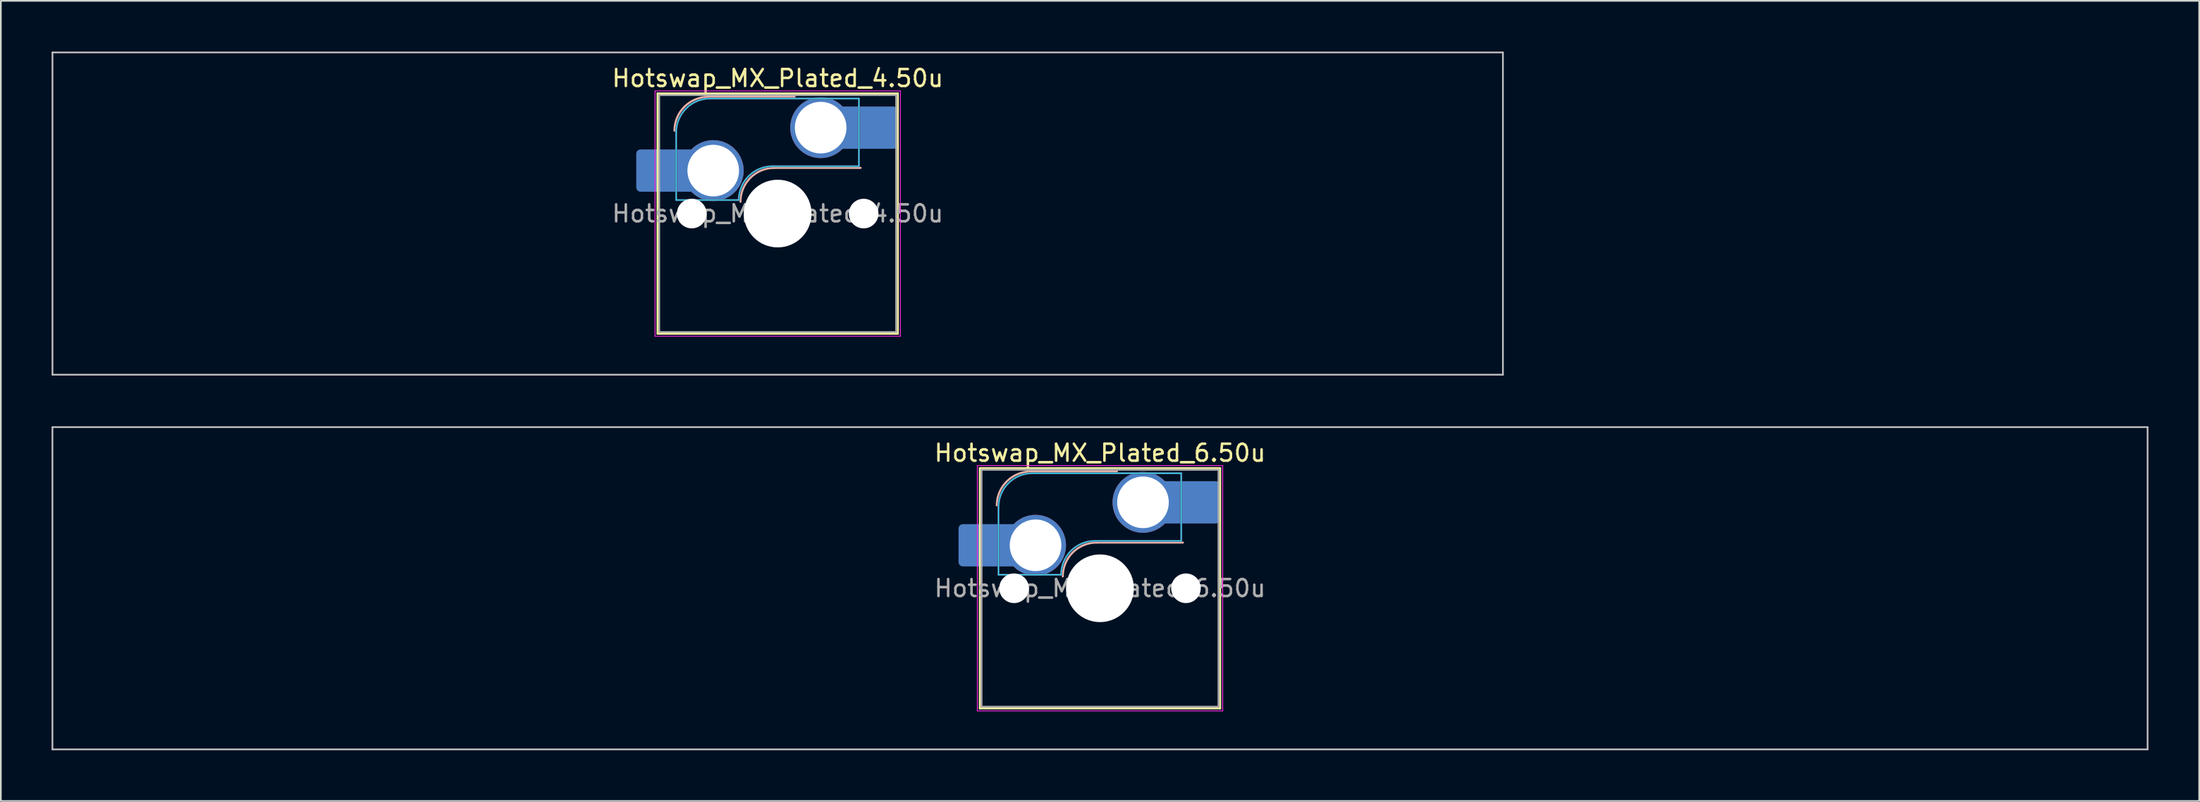
<source format=kicad_pcb>
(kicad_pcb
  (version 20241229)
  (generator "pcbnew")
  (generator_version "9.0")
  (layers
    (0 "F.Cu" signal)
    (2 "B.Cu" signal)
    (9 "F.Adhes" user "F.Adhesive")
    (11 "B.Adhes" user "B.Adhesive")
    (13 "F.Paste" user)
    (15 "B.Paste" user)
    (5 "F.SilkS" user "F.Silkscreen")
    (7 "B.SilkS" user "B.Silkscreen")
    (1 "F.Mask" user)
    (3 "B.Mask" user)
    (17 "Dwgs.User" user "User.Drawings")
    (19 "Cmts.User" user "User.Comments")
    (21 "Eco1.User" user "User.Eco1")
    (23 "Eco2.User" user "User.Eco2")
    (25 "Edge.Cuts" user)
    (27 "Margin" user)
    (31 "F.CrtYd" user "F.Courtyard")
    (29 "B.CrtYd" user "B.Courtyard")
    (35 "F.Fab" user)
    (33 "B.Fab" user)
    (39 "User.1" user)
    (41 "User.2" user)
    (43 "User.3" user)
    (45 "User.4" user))
  (footprint "Hotswap_MX_Plated_4.50u"
    (layer "F.Cu")
    (at 42.913 9.575)
    (property "Reference" "Hotswap_MX_Plated_4.50u" (at 0 -8 0) (layer "F.SilkS") (effects (font (size 1 1) (thickness 0.15))))
    (attr smd allow_soldermask_bridges)
    (fp_line (start -7.1 -7.1) (end -7.1 7.1) (stroke (width 0.12) (type solid)) (layer "F.SilkS"))
    (fp_line (start -7.1 7.1) (end 7.1 7.1) (stroke (width 0.12) (type solid)) (layer "F.SilkS"))
    (fp_line (start 7.1 -7.1) (end -7.1 -7.1) (stroke (width 0.12) (type solid)) (layer "F.SilkS"))
    (fp_line (start 7.1 7.1) (end 7.1 -7.1) (stroke (width 0.12) (type solid)) (layer "F.SilkS"))
    (fp_line (start -4.1 -6.9) (end 1 -6.9) (stroke (width 0.12) (type solid)) (layer "B.SilkS"))
    (fp_line (start -0.2 -2.7) (end 4.9 -2.7) (stroke (width 0.12) (type solid)) (layer "B.SilkS"))
    (fp_arc (start -6.1 -4.9) (mid -5.514214 -6.314214) (end -4.1 -6.9) (stroke (width 0.12) (type solid)) (layer "B.SilkS"))
    (fp_arc (start -2.2 -0.7) (mid -1.614214 -2.114214) (end -0.2 -2.7) (stroke (width 0.12) (type solid)) (layer "B.SilkS"))
    (fp_line (start -42.862 -9.525) (end -42.862 9.525) (stroke (width 0.1) (type solid)) (layer "Dwgs.User"))
    (fp_line (start -42.862 9.525) (end 42.862 9.525) (stroke (width 0.1) (type solid)) (layer "Dwgs.User"))
    (fp_line (start 42.862 -9.525) (end -42.862 -9.525) (stroke (width 0.1) (type solid)) (layer "Dwgs.User"))
    (fp_line (start 42.862 9.525) (end 42.862 -9.525) (stroke (width 0.1) (type solid)) (layer "Dwgs.User"))
    (fp_line (start -7.8 -6) (end -7 -6) (stroke (width 0.1) (type solid)) (layer "Eco1.User"))
    (fp_line (start -7.8 -2.9) (end -7.8 -6) (stroke (width 0.1) (type solid)) (layer "Eco1.User"))
    (fp_line (start -7.8 2.9) (end -7 2.9) (stroke (width 0.1) (type solid)) (layer "Eco1.User"))
    (fp_line (start -7.8 6) (end -7.8 2.9) (stroke (width 0.1) (type solid)) (layer "Eco1.User"))
    (fp_line (start -7 -7) (end 7 -7) (stroke (width 0.1) (type solid)) (layer "Eco1.User"))
    (fp_line (start -7 -6) (end -7 -7) (stroke (width 0.1) (type solid)) (layer "Eco1.User"))
    (fp_line (start -7 -2.9) (end -7.8 -2.9) (stroke (width 0.1) (type solid)) (layer "Eco1.User"))
    (fp_line (start -7 2.9) (end -7 -2.9) (stroke (width 0.1) (type solid)) (layer "Eco1.User"))
    (fp_line (start -7 6) (end -7.8 6) (stroke (width 0.1) (type solid)) (layer "Eco1.User"))
    (fp_line (start -7 7) (end -7 6) (stroke (width 0.1) (type solid)) (layer "Eco1.User"))
    (fp_line (start 7 -7) (end 7 -6) (stroke (width 0.1) (type solid)) (layer "Eco1.User"))
    (fp_line (start 7 -6) (end 7.8 -6) (stroke (width 0.1) (type solid)) (layer "Eco1.User"))
    (fp_line (start 7 -2.9) (end 7 2.9) (stroke (width 0.1) (type solid)) (layer "Eco1.User"))
    (fp_line (start 7 2.9) (end 7.8 2.9) (stroke (width 0.1) (type solid)) (layer "Eco1.User"))
    (fp_line (start 7 6) (end 7 7) (stroke (width 0.1) (type solid)) (layer "Eco1.User"))
    (fp_line (start 7 7) (end -7 7) (stroke (width 0.1) (type solid)) (layer "Eco1.User"))
    (fp_line (start 7.8 -6) (end 7.8 -2.9) (stroke (width 0.1) (type solid)) (layer "Eco1.User"))
    (fp_line (start 7.8 -2.9) (end 7 -2.9) (stroke (width 0.1) (type solid)) (layer "Eco1.User"))
    (fp_line (start 7.8 2.9) (end 7.8 6) (stroke (width 0.1) (type solid)) (layer "Eco1.User"))
    (fp_line (start 7.8 6) (end 7 6) (stroke (width 0.1) (type solid)) (layer "Eco1.User"))
    (fp_line (start -6 -0.8) (end -6 -4.8) (stroke (width 0.05) (type solid)) (layer "B.CrtYd"))
    (fp_line (start -6 -0.8) (end -2.3 -0.8) (stroke (width 0.05) (type solid)) (layer "B.CrtYd"))
    (fp_line (start -4 -6.8) (end 4.8 -6.8) (stroke (width 0.05) (type solid)) (layer "B.CrtYd"))
    (fp_line (start -0.3 -2.8) (end 4.8 -2.8) (stroke (width 0.05) (type solid)) (layer "B.CrtYd"))
    (fp_line (start 4.8 -6.8) (end 4.8 -2.8) (stroke (width 0.05) (type solid)) (layer "B.CrtYd"))
    (fp_arc (start -6 -4.8) (mid -5.414214 -6.214214) (end -4 -6.8) (stroke (width 0.05) (type solid)) (layer "B.CrtYd"))
    (fp_arc (start -2.3 -0.8) (mid -1.714214 -2.214214) (end -0.3 -2.8) (stroke (width 0.05) (type solid)) (layer "B.CrtYd"))
    (fp_line (start -7.25 -7.25) (end -7.25 7.25) (stroke (width 0.05) (type solid)) (layer "F.CrtYd"))
    (fp_line (start -7.25 7.25) (end 7.25 7.25) (stroke (width 0.05) (type solid)) (layer "F.CrtYd"))
    (fp_line (start 7.25 -7.25) (end -7.25 -7.25) (stroke (width 0.05) (type solid)) (layer "F.CrtYd"))
    (fp_line (start 7.25 7.25) (end 7.25 -7.25) (stroke (width 0.05) (type solid)) (layer "F.CrtYd"))
    (fp_line (start -6 -0.8) (end -6 -4.8) (stroke (width 0.12) (type solid)) (layer "B.Fab"))
    (fp_line (start -6 -0.8) (end -2.3 -0.8) (stroke (width 0.12) (type solid)) (layer "B.Fab"))
    (fp_line (start -4 -6.8) (end 4.8 -6.8) (stroke (width 0.12) (type solid)) (layer "B.Fab"))
    (fp_line (start -0.3 -2.8) (end 4.8 -2.8) (stroke (width 0.12) (type solid)) (layer "B.Fab"))
    (fp_line (start 4.8 -6.8) (end 4.8 -2.8) (stroke (width 0.12) (type solid)) (layer "B.Fab"))
    (fp_arc (start -6 -4.8) (mid -5.414214 -6.214214) (end -4 -6.8) (stroke (width 0.12) (type solid)) (layer "B.Fab"))
    (fp_arc (start -2.3 -0.8) (mid -1.714214 -2.214214) (end -0.3 -2.8) (stroke (width 0.12) (type solid)) (layer "B.Fab"))
    (fp_line (start -7 -7) (end -7 7) (stroke (width 0.1) (type solid)) (layer "F.Fab"))
    (fp_line (start -7 7) (end 7 7) (stroke (width 0.1) (type solid)) (layer "F.Fab"))
    (fp_line (start 7 -7) (end -7 -7) (stroke (width 0.1) (type solid)) (layer "F.Fab"))
    (fp_line (start 7 7) (end 7 -7) (stroke (width 0.1) (type solid)) (layer "F.Fab"))
    (fp_text user "${REFERENCE}" (at 0 0 0) (layer "F.Fab") (effects (font (size 1 1) (thickness 0.15))))
    (pad "" smd roundrect (at -7.085 -2.54) (size 2.55 2.5) (layers "B.Mask" "B.Paste") (roundrect_rratio 0.1))
    (pad "" np_thru_hole circle (at -5.08 0) (size 1.75 1.75) (drill 1.75) (layers "*.Cu" "*.Mask"))
    (pad "" np_thru_hole circle (at 0 0) (size 4 4) (drill 4) (layers "*.Cu" "*.Mask"))
    (pad "" np_thru_hole circle (at 5.08 0) (size 1.75 1.75) (drill 1.75) (layers "*.Cu" "*.Mask"))
    (pad "" smd roundrect (at 5.842 -5.08) (size 2.55 2.5) (layers "B.Mask" "B.Paste") (roundrect_rratio 0.1))
    (pad "1" smd roundrect (at -6.585 -2.54) (size 3.55 2.5) (layers "B.Cu") (roundrect_rratio 0.1))
    (pad "1" thru_hole circle (at -3.81 -2.54) (size 3.6 3.6) (drill 3.05) (layers "*.Cu" "*.Mask"))
    (pad "2" thru_hole circle (at 2.54 -5.08) (size 3.6 3.6) (drill 3.05) (layers "*.Cu" "*.Mask"))
    (pad "2" smd roundrect (at 5.32 -5.08) (size 3.55 2.5) (layers "B.Cu") (roundrect_rratio 0.1)))
  (footprint "Hotswap_MX_Plated_6.50u"
    (layer "F.Cu")
    (at 61.962 31.725)
    (property "Reference" "Hotswap_MX_Plated_6.50u" (at 0 -8 0) (layer "F.SilkS") (effects (font (size 1 1) (thickness 0.15))))
    (attr smd allow_soldermask_bridges)
    (fp_line (start -7.1 -7.1) (end -7.1 7.1) (stroke (width 0.12) (type solid)) (layer "F.SilkS"))
    (fp_line (start -7.1 7.1) (end 7.1 7.1) (stroke (width 0.12) (type solid)) (layer "F.SilkS"))
    (fp_line (start 7.1 -7.1) (end -7.1 -7.1) (stroke (width 0.12) (type solid)) (layer "F.SilkS"))
    (fp_line (start 7.1 7.1) (end 7.1 -7.1) (stroke (width 0.12) (type solid)) (layer "F.SilkS"))
    (fp_line (start -4.1 -6.9) (end 1 -6.9) (stroke (width 0.12) (type solid)) (layer "B.SilkS"))
    (fp_line (start -0.2 -2.7) (end 4.9 -2.7) (stroke (width 0.12) (type solid)) (layer "B.SilkS"))
    (fp_arc (start -6.1 -4.9) (mid -5.514214 -6.314214) (end -4.1 -6.9) (stroke (width 0.12) (type solid)) (layer "B.SilkS"))
    (fp_arc (start -2.2 -0.7) (mid -1.614214 -2.114214) (end -0.2 -2.7) (stroke (width 0.12) (type solid)) (layer "B.SilkS"))
    (fp_line (start -61.913 -9.525) (end -61.913 9.525) (stroke (width 0.1) (type solid)) (layer "Dwgs.User"))
    (fp_line (start -61.913 9.525) (end 61.913 9.525) (stroke (width 0.1) (type solid)) (layer "Dwgs.User"))
    (fp_line (start 61.913 -9.525) (end -61.913 -9.525) (stroke (width 0.1) (type solid)) (layer "Dwgs.User"))
    (fp_line (start 61.913 9.525) (end 61.913 -9.525) (stroke (width 0.1) (type solid)) (layer "Dwgs.User"))
    (fp_line (start -7.8 -6) (end -7 -6) (stroke (width 0.1) (type solid)) (layer "Eco1.User"))
    (fp_line (start -7.8 -2.9) (end -7.8 -6) (stroke (width 0.1) (type solid)) (layer "Eco1.User"))
    (fp_line (start -7.8 2.9) (end -7 2.9) (stroke (width 0.1) (type solid)) (layer "Eco1.User"))
    (fp_line (start -7.8 6) (end -7.8 2.9) (stroke (width 0.1) (type solid)) (layer "Eco1.User"))
    (fp_line (start -7 -7) (end 7 -7) (stroke (width 0.1) (type solid)) (layer "Eco1.User"))
    (fp_line (start -7 -6) (end -7 -7) (stroke (width 0.1) (type solid)) (layer "Eco1.User"))
    (fp_line (start -7 -2.9) (end -7.8 -2.9) (stroke (width 0.1) (type solid)) (layer "Eco1.User"))
    (fp_line (start -7 2.9) (end -7 -2.9) (stroke (width 0.1) (type solid)) (layer "Eco1.User"))
    (fp_line (start -7 6) (end -7.8 6) (stroke (width 0.1) (type solid)) (layer "Eco1.User"))
    (fp_line (start -7 7) (end -7 6) (stroke (width 0.1) (type solid)) (layer "Eco1.User"))
    (fp_line (start 7 -7) (end 7 -6) (stroke (width 0.1) (type solid)) (layer "Eco1.User"))
    (fp_line (start 7 -6) (end 7.8 -6) (stroke (width 0.1) (type solid)) (layer "Eco1.User"))
    (fp_line (start 7 -2.9) (end 7 2.9) (stroke (width 0.1) (type solid)) (layer "Eco1.User"))
    (fp_line (start 7 2.9) (end 7.8 2.9) (stroke (width 0.1) (type solid)) (layer "Eco1.User"))
    (fp_line (start 7 6) (end 7 7) (stroke (width 0.1) (type solid)) (layer "Eco1.User"))
    (fp_line (start 7 7) (end -7 7) (stroke (width 0.1) (type solid)) (layer "Eco1.User"))
    (fp_line (start 7.8 -6) (end 7.8 -2.9) (stroke (width 0.1) (type solid)) (layer "Eco1.User"))
    (fp_line (start 7.8 -2.9) (end 7 -2.9) (stroke (width 0.1) (type solid)) (layer "Eco1.User"))
    (fp_line (start 7.8 2.9) (end 7.8 6) (stroke (width 0.1) (type solid)) (layer "Eco1.User"))
    (fp_line (start 7.8 6) (end 7 6) (stroke (width 0.1) (type solid)) (layer "Eco1.User"))
    (fp_line (start -6 -0.8) (end -6 -4.8) (stroke (width 0.05) (type solid)) (layer "B.CrtYd"))
    (fp_line (start -6 -0.8) (end -2.3 -0.8) (stroke (width 0.05) (type solid)) (layer "B.CrtYd"))
    (fp_line (start -4 -6.8) (end 4.8 -6.8) (stroke (width 0.05) (type solid)) (layer "B.CrtYd"))
    (fp_line (start -0.3 -2.8) (end 4.8 -2.8) (stroke (width 0.05) (type solid)) (layer "B.CrtYd"))
    (fp_line (start 4.8 -6.8) (end 4.8 -2.8) (stroke (width 0.05) (type solid)) (layer "B.CrtYd"))
    (fp_arc (start -6 -4.8) (mid -5.414214 -6.214214) (end -4 -6.8) (stroke (width 0.05) (type solid)) (layer "B.CrtYd"))
    (fp_arc (start -2.3 -0.8) (mid -1.714214 -2.214214) (end -0.3 -2.8) (stroke (width 0.05) (type solid)) (layer "B.CrtYd"))
    (fp_line (start -7.25 -7.25) (end -7.25 7.25) (stroke (width 0.05) (type solid)) (layer "F.CrtYd"))
    (fp_line (start -7.25 7.25) (end 7.25 7.25) (stroke (width 0.05) (type solid)) (layer "F.CrtYd"))
    (fp_line (start 7.25 -7.25) (end -7.25 -7.25) (stroke (width 0.05) (type solid)) (layer "F.CrtYd"))
    (fp_line (start 7.25 7.25) (end 7.25 -7.25) (stroke (width 0.05) (type solid)) (layer "F.CrtYd"))
    (fp_line (start -6 -0.8) (end -6 -4.8) (stroke (width 0.12) (type solid)) (layer "B.Fab"))
    (fp_line (start -6 -0.8) (end -2.3 -0.8) (stroke (width 0.12) (type solid)) (layer "B.Fab"))
    (fp_line (start -4 -6.8) (end 4.8 -6.8) (stroke (width 0.12) (type solid)) (layer "B.Fab"))
    (fp_line (start -0.3 -2.8) (end 4.8 -2.8) (stroke (width 0.12) (type solid)) (layer "B.Fab"))
    (fp_line (start 4.8 -6.8) (end 4.8 -2.8) (stroke (width 0.12) (type solid)) (layer "B.Fab"))
    (fp_arc (start -6 -4.8) (mid -5.414214 -6.214214) (end -4 -6.8) (stroke (width 0.12) (type solid)) (layer "B.Fab"))
    (fp_arc (start -2.3 -0.8) (mid -1.714214 -2.214214) (end -0.3 -2.8) (stroke (width 0.12) (type solid)) (layer "B.Fab"))
    (fp_line (start -7 -7) (end -7 7) (stroke (width 0.1) (type solid)) (layer "F.Fab"))
    (fp_line (start -7 7) (end 7 7) (stroke (width 0.1) (type solid)) (layer "F.Fab"))
    (fp_line (start 7 -7) (end -7 -7) (stroke (width 0.1) (type solid)) (layer "F.Fab"))
    (fp_line (start 7 7) (end 7 -7) (stroke (width 0.1) (type solid)) (layer "F.Fab"))
    (fp_text user "${REFERENCE}" (at 0 0 0) (layer "F.Fab") (effects (font (size 1 1) (thickness 0.15))))
    (pad "" smd roundrect (at -7.085 -2.54) (size 2.55 2.5) (layers "B.Mask" "B.Paste") (roundrect_rratio 0.1))
    (pad "" np_thru_hole circle (at -5.08 0) (size 1.75 1.75) (drill 1.75) (layers "*.Cu" "*.Mask"))
    (pad "" np_thru_hole circle (at 0 0) (size 4 4) (drill 4) (layers "*.Cu" "*.Mask"))
    (pad "" np_thru_hole circle (at 5.08 0) (size 1.75 1.75) (drill 1.75) (layers "*.Cu" "*.Mask"))
    (pad "" smd roundrect (at 5.842 -5.08) (size 2.55 2.5) (layers "B.Mask" "B.Paste") (roundrect_rratio 0.1))
    (pad "1" smd roundrect (at -6.585 -2.54) (size 3.55 2.5) (layers "B.Cu") (roundrect_rratio 0.1))
    (pad "1" thru_hole circle (at -3.81 -2.54) (size 3.6 3.6) (drill 3.05) (layers "*.Cu" "*.Mask"))
    (pad "2" thru_hole circle (at 2.54 -5.08) (size 3.6 3.6) (drill 3.05) (layers "*.Cu" "*.Mask"))
    (pad "2" smd roundrect (at 5.32 -5.08) (size 3.55 2.5) (layers "B.Cu") (roundrect_rratio 0.1)))
  (gr_rect
    (start -3 -3)
    (end 126.925 44.3)
    (stroke (width 0.1) (type default))
    (fill no)
    (layer "Edge.Cuts")))
</source>
